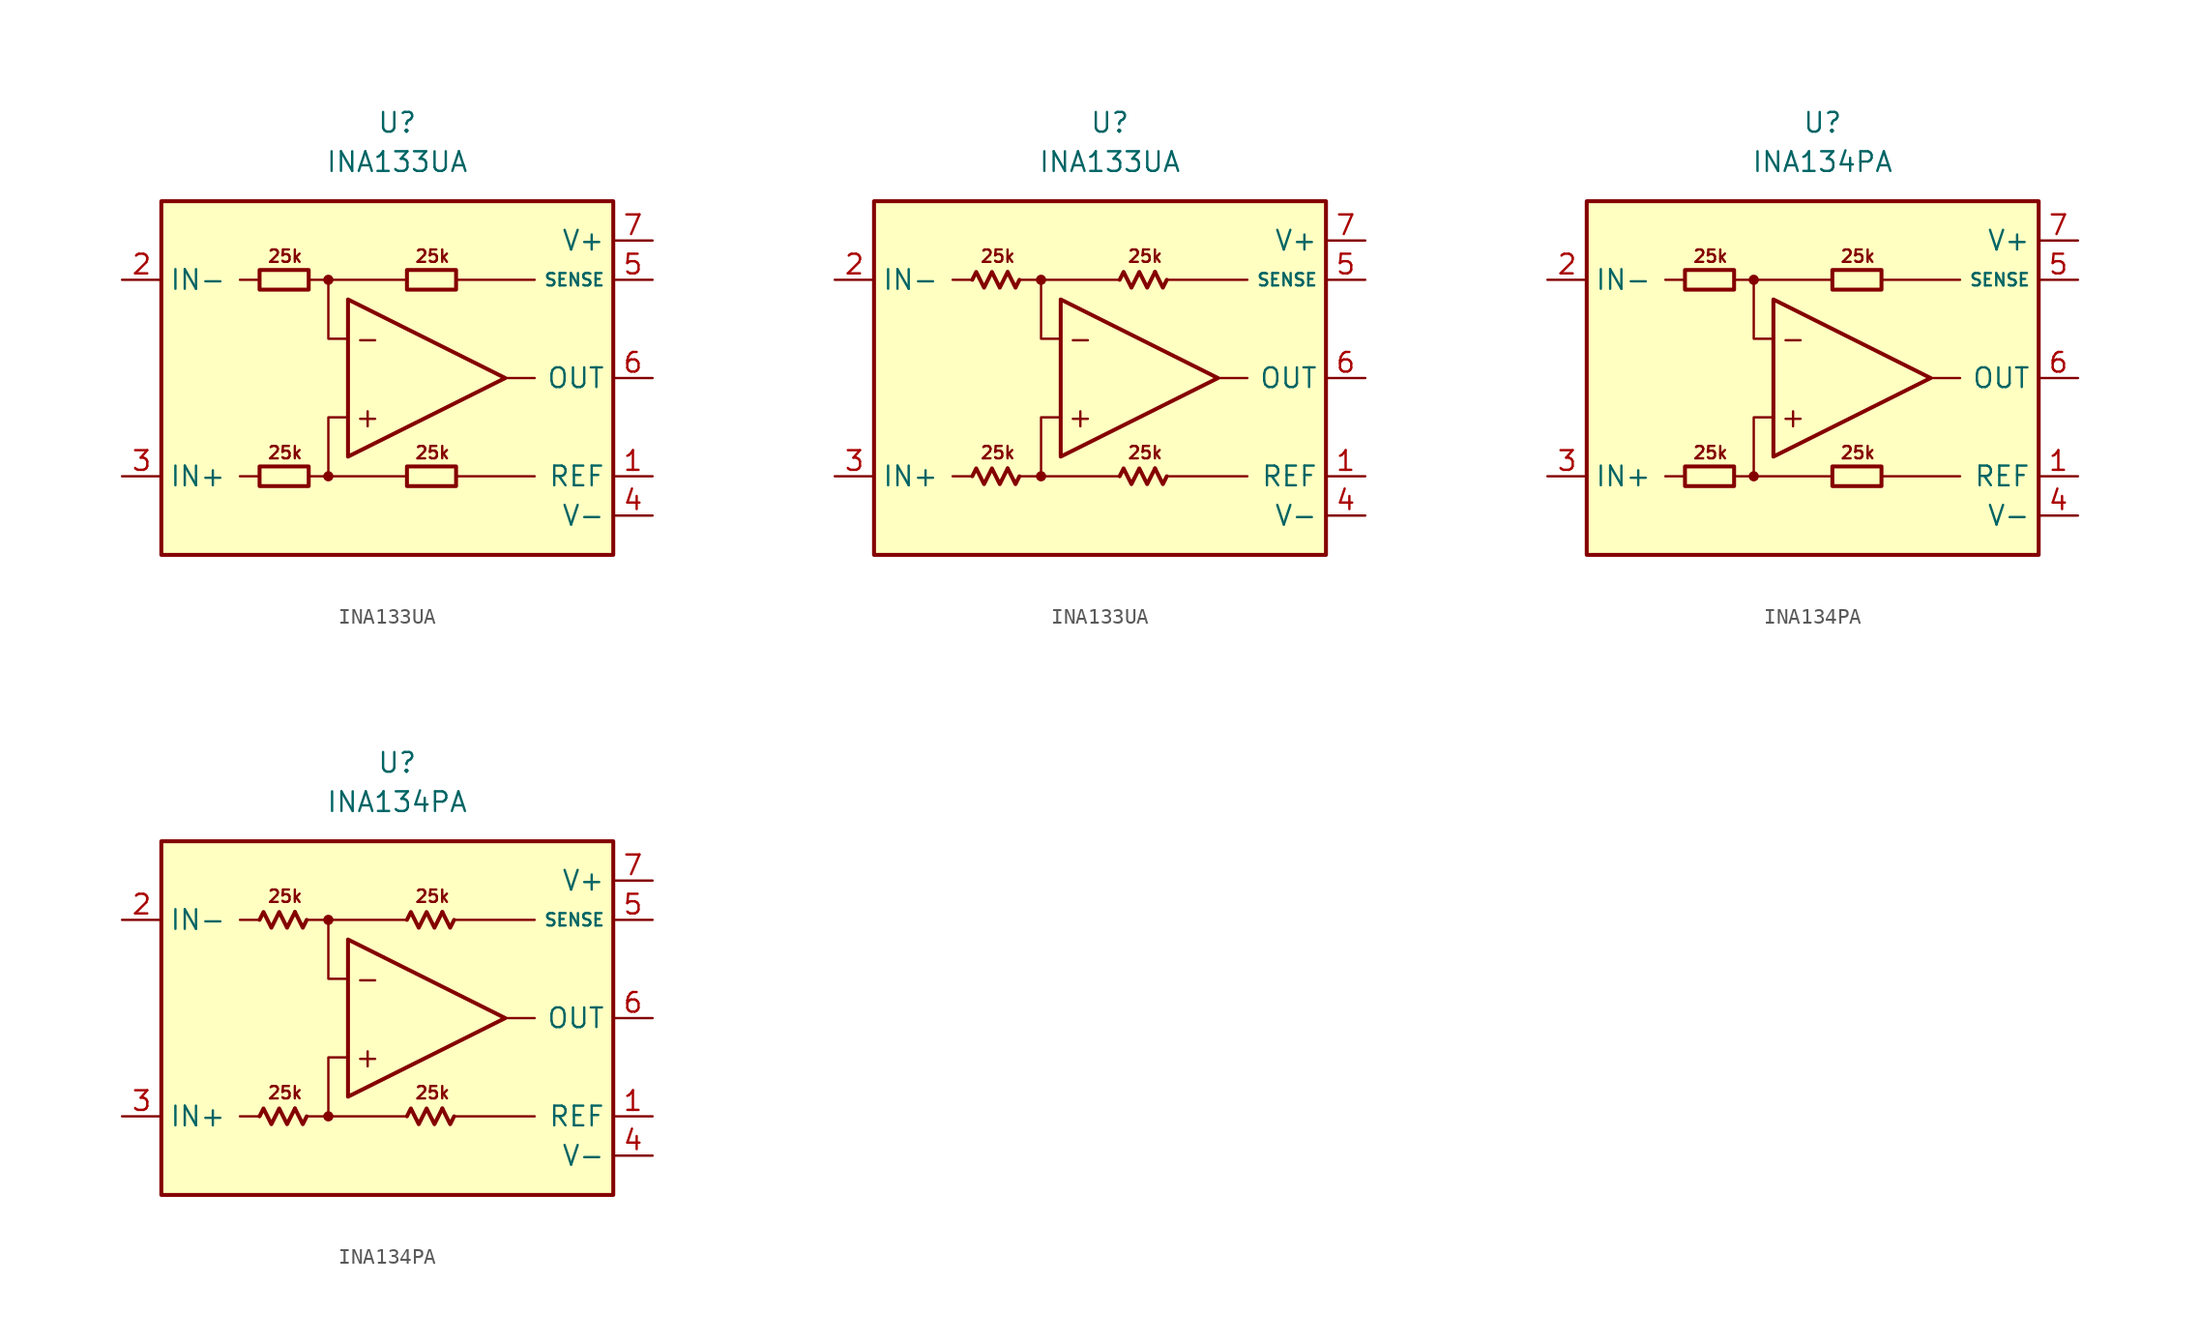
<source format=kicad_sym>
(kicad_symbol_lib
  (version 20231120)
  (generator "kicad_symbol_editor")
  (generator_version "8.0")
  (symbol "INA133UA"
    (property "Reference" "U"
      (at 0 16.51 0)
      (effects (font (size 1.27 1.27))))
    (property "Value" "INA133UA"
      (at 0 13.97 0)
      (effects (font (size 1.27 1.27))))
    (symbol "INA133UA_0_0"
      (rectangle (start -15.24 11.43) (end 13.97 -11.43) (stroke (width 0.254) (type default)) (fill (type background)))
      (circle (center -4.445 -6.35) (radius 0.254) (stroke (width 0.152) (type default)) (fill (type outline)))
      (circle (center -4.445 6.35) (radius 0.254) (stroke (width 0.152) (type default)) (fill (type outline)))
      (polyline (pts (xy -8.89 -6.35) (xy -10.16 -6.35)) (stroke (width 0.152) (type default)) (fill (type none)))
      (polyline (pts (xy -8.89 6.35) (xy -10.16 6.35)) (stroke (width 0.152) (type default)) (fill (type none)))
      (polyline (pts (xy -4.445 6.35) (xy 0.635 6.35)) (stroke (width 0.152) (type default)) (fill (type none)))
      (polyline (pts (xy 0.635 -6.35) (xy -4.445 -6.35)) (stroke (width 0.152) (type default)) (fill (type none)))
      (polyline (pts (xy 3.81 -6.35) (xy 8.89 -6.35)) (stroke (width 0.152) (type default)) (fill (type none)))
      (polyline (pts (xy 3.81 6.35) (xy 8.89 6.35)) (stroke (width 0.152) (type default)) (fill (type none)))
      (polyline (pts (xy 8.89 0) (xy 6.985 0)) (stroke (width 0.152) (type default)) (fill (type none)))
      (polyline (pts (xy -5.715 -6.35) (xy -4.445 -6.35) (xy -4.445 -2.54) (xy -3.175 -2.54)) (stroke (width 0.152) (type default)) (fill (type none)))
      (polyline (pts (xy -3.175 2.54) (xy -4.445 2.54) (xy -4.445 6.35) (xy -5.715 6.35)) (stroke (width 0.152) (type default)) (fill (type none)))
      (polyline (pts (xy -3.175 5.08) (xy -3.175 -5.08) (xy 6.985 0) (xy -3.175 5.08)) (stroke (width 0.254) (type default)) (fill (type none)))
      (text "+" (at -1.905 -2.54 0) (effects (font (size 1.27 1.27))))
      (text "-" (at -1.905 2.54 0) (effects (font (size 1.27 1.27))))
      (text "25k" (at -7.239 -4.826 0) (effects (font (size 0.8 0.8))))
      (text "25k" (at -7.239 7.874 0) (effects (font (size 0.8 0.8))))
      (text "25k" (at 2.286 -4.826 0) (effects (font (size 0.8 0.8))))
      (text "25k" (at 2.286 7.874 0) (effects (font (size 0.8 0.8)))))
    (symbol "INA133UA_0_1"
      (rectangle (start -8.89 -5.715) (end -5.715 -6.985) (stroke (width 0.254) (type default)) (fill (type none)))
      (rectangle (start -8.89 6.985) (end -5.715 5.715) (stroke (width 0.254) (type default)) (fill (type none)))
      (rectangle (start 0.635 -5.715) (end 3.81 -6.985) (stroke (width 0.254) (type default)) (fill (type none)))
      (rectangle (start 0.635 6.985) (end 3.81 5.715) (stroke (width 0.254) (type default)) (fill (type none))))
    (symbol "INA133UA_0_2"
      (polyline (pts (xy -6.604 -5.842) (xy -6.096 -6.858) (xy -5.842 -6.35)) (stroke (width 0.254) (type default)) (fill (type none)))
      (polyline (pts (xy -6.604 6.858) (xy -6.096 5.842) (xy -5.842 6.35)) (stroke (width 0.254) (type default)) (fill (type none)))
      (polyline (pts (xy 2.921 -5.842) (xy 3.429 -6.858) (xy 3.683 -6.35)) (stroke (width 0.254) (type default)) (fill (type none)))
      (polyline (pts (xy 2.921 6.858) (xy 3.429 5.842) (xy 3.683 6.35)) (stroke (width 0.254) (type default)) (fill (type none)))
      (polyline (pts (xy -8.89 -6.35) (xy -8.636 -5.842) (xy -8.128 -6.858) (xy -7.62 -5.842) (xy -7.112 -6.858) (xy -6.604 -5.842)) (stroke (width 0.254) (type default)) (fill (type none)))
      (polyline (pts (xy -8.89 6.35) (xy -8.636 6.858) (xy -8.128 5.842) (xy -7.62 6.858) (xy -7.112 5.842) (xy -6.604 6.858)) (stroke (width 0.254) (type default)) (fill (type none)))
      (polyline (pts (xy 0.635 -6.35) (xy 0.889 -5.842) (xy 1.397 -6.858) (xy 1.905 -5.842) (xy 2.413 -6.858) (xy 2.921 -5.842)) (stroke (width 0.254) (type default)) (fill (type none)))
      (polyline (pts (xy 0.635 6.35) (xy 0.889 6.858) (xy 1.397 5.842) (xy 1.905 6.858) (xy 2.413 5.842) (xy 2.921 6.858)) (stroke (width 0.254) (type default)) (fill (type none))))
    (symbol "INA133UA_1_1"
      (pin input line (at 16.51 -6.35 180) (length 2.54) (name "REF" (effects (font (size 1.27 1.27)))) (number "1" (effects (font (size 1.27 1.27)))))
      (pin input line (at -17.78 6.35 0) (length 2.54) (name "IN-" (effects (font (size 1.27 1.27)))) (number "2" (effects (font (size 1.27 1.27)))))
      (pin input line (at -17.78 -6.35 0) (length 2.54) (name "IN+" (effects (font (size 1.27 1.27)))) (number "3" (effects (font (size 1.27 1.27)))))
      (pin power_in line (at 16.51 -8.89 180) (length 2.54) (name "V-" (effects (font (size 1.27 1.27)))) (number "4" (effects (font (size 1.27 1.27)))))
      (pin input line (at 16.51 6.35 180) (length 2.54) (name "SENSE" (effects (font (size 0.8 0.8)))) (number "5" (effects (font (size 1.27 1.27)))))
      (pin output line (at 16.51 0 180) (length 2.54) (name "OUT" (effects (font (size 1.27 1.27)))) (number "6" (effects (font (size 1.27 1.27)))))
      (pin power_in line (at 16.51 8.89 180) (length 2.54) (name "V+" (effects (font (size 1.27 1.27)))) (number "7" (effects (font (size 1.27 1.27)))))
      (pin free line (at -10.16 0 0) (length 2.54) hide (name "NC" (effects (font (size 1.27 1.27)))) (number "8" (effects (font (size 1.27 1.27))))))
    (symbol "INA133UA_1_2"
      (pin input line (at 16.51 -6.35 180) (length 2.54) (name "REF" (effects (font (size 1.27 1.27)))) (number "1" (effects (font (size 1.27 1.27)))))
      (pin input line (at -17.78 6.35 0) (length 2.54) (name "IN-" (effects (font (size 1.27 1.27)))) (number "2" (effects (font (size 1.27 1.27)))))
      (pin input line (at -17.78 -6.35 0) (length 2.54) (name "IN+" (effects (font (size 1.27 1.27)))) (number "3" (effects (font (size 1.27 1.27)))))
      (pin power_in line (at 16.51 -8.89 180) (length 2.54) (name "V-" (effects (font (size 1.27 1.27)))) (number "4" (effects (font (size 1.27 1.27)))))
      (pin input line (at 16.51 6.35 180) (length 2.54) (name "SENSE" (effects (font (size 0.8 0.8)))) (number "5" (effects (font (size 1.27 1.27)))))
      (pin output line (at 16.51 0 180) (length 2.54) (name "OUT" (effects (font (size 1.27 1.27)))) (number "6" (effects (font (size 1.27 1.27)))))
      (pin power_in line (at 16.51 8.89 180) (length 2.54) (name "V+" (effects (font (size 1.27 1.27)))) (number "7" (effects (font (size 1.27 1.27)))))
      (pin free line (at -10.16 0 0) (length 2.54) hide (name "NC" (effects (font (size 1.27 1.27)))) (number "8" (effects (font (size 1.27 1.27)))))))
  (symbol "INA134PA"
    (property "Reference" "U"
      (at 0 16.51 0)
      (effects (font (size 1.27 1.27))))
    (property "Value" "INA134PA"
      (at 0 13.97 0)
      (effects (font (size 1.27 1.27))))
    (symbol "INA134PA_0_0"
      (rectangle (start -15.24 11.43) (end 13.97 -11.43) (stroke (width 0.254) (type default)) (fill (type background)))
      (circle (center -4.445 -6.35) (radius 0.254) (stroke (width 0.152) (type default)) (fill (type outline)))
      (circle (center -4.445 6.35) (radius 0.254) (stroke (width 0.152) (type default)) (fill (type outline)))
      (polyline (pts (xy -8.89 -6.35) (xy -10.16 -6.35)) (stroke (width 0.152) (type default)) (fill (type none)))
      (polyline (pts (xy -8.89 6.35) (xy -10.16 6.35)) (stroke (width 0.152) (type default)) (fill (type none)))
      (polyline (pts (xy -4.445 6.35) (xy 0.635 6.35)) (stroke (width 0.152) (type default)) (fill (type none)))
      (polyline (pts (xy 0.635 -6.35) (xy -4.445 -6.35)) (stroke (width 0.152) (type default)) (fill (type none)))
      (polyline (pts (xy 3.81 -6.35) (xy 8.89 -6.35)) (stroke (width 0.152) (type default)) (fill (type none)))
      (polyline (pts (xy 3.81 6.35) (xy 8.89 6.35)) (stroke (width 0.152) (type default)) (fill (type none)))
      (polyline (pts (xy 8.89 0) (xy 6.985 0)) (stroke (width 0.152) (type default)) (fill (type none)))
      (polyline (pts (xy -5.715 -6.35) (xy -4.445 -6.35) (xy -4.445 -2.54) (xy -3.175 -2.54)) (stroke (width 0.152) (type default)) (fill (type none)))
      (polyline (pts (xy -3.175 2.54) (xy -4.445 2.54) (xy -4.445 6.35) (xy -5.715 6.35)) (stroke (width 0.152) (type default)) (fill (type none)))
      (polyline (pts (xy -3.175 5.08) (xy -3.175 -5.08) (xy 6.985 0) (xy -3.175 5.08)) (stroke (width 0.254) (type default)) (fill (type none)))
      (text "+" (at -1.905 -2.54 0) (effects (font (size 1.27 1.27))))
      (text "-" (at -1.905 2.54 0) (effects (font (size 1.27 1.27))))
      (text "25k" (at -7.239 -4.826 0) (effects (font (size 0.8 0.8))))
      (text "25k" (at -7.239 7.874 0) (effects (font (size 0.8 0.8))))
      (text "25k" (at 2.286 -4.826 0) (effects (font (size 0.8 0.8))))
      (text "25k" (at 2.286 7.874 0) (effects (font (size 0.8 0.8)))))
    (symbol "INA134PA_0_1"
      (rectangle (start -8.89 -5.715) (end -5.715 -6.985) (stroke (width 0.254) (type default)) (fill (type none)))
      (rectangle (start -8.89 6.985) (end -5.715 5.715) (stroke (width 0.254) (type default)) (fill (type none)))
      (rectangle (start 0.635 -5.715) (end 3.81 -6.985) (stroke (width 0.254) (type default)) (fill (type none)))
      (rectangle (start 0.635 6.985) (end 3.81 5.715) (stroke (width 0.254) (type default)) (fill (type none))))
    (symbol "INA134PA_0_2"
      (polyline (pts (xy -6.604 -5.842) (xy -6.096 -6.858) (xy -5.842 -6.35)) (stroke (width 0.254) (type default)) (fill (type none)))
      (polyline (pts (xy -6.604 6.858) (xy -6.096 5.842) (xy -5.842 6.35)) (stroke (width 0.254) (type default)) (fill (type none)))
      (polyline (pts (xy 2.921 -5.842) (xy 3.429 -6.858) (xy 3.683 -6.35)) (stroke (width 0.254) (type default)) (fill (type none)))
      (polyline (pts (xy 2.921 6.858) (xy 3.429 5.842) (xy 3.683 6.35)) (stroke (width 0.254) (type default)) (fill (type none)))
      (polyline (pts (xy -8.89 -6.35) (xy -8.636 -5.842) (xy -8.128 -6.858) (xy -7.62 -5.842) (xy -7.112 -6.858) (xy -6.604 -5.842)) (stroke (width 0.254) (type default)) (fill (type none)))
      (polyline (pts (xy -8.89 6.35) (xy -8.636 6.858) (xy -8.128 5.842) (xy -7.62 6.858) (xy -7.112 5.842) (xy -6.604 6.858)) (stroke (width 0.254) (type default)) (fill (type none)))
      (polyline (pts (xy 0.635 -6.35) (xy 0.889 -5.842) (xy 1.397 -6.858) (xy 1.905 -5.842) (xy 2.413 -6.858) (xy 2.921 -5.842)) (stroke (width 0.254) (type default)) (fill (type none)))
      (polyline (pts (xy 0.635 6.35) (xy 0.889 6.858) (xy 1.397 5.842) (xy 1.905 6.858) (xy 2.413 5.842) (xy 2.921 6.858)) (stroke (width 0.254) (type default)) (fill (type none))))
    (symbol "INA134PA_1_1"
      (pin input line (at 16.51 -6.35 180) (length 2.54) (name "REF" (effects (font (size 1.27 1.27)))) (number "1" (effects (font (size 1.27 1.27)))))
      (pin input line (at -17.78 6.35 0) (length 2.54) (name "IN-" (effects (font (size 1.27 1.27)))) (number "2" (effects (font (size 1.27 1.27)))))
      (pin input line (at -17.78 -6.35 0) (length 2.54) (name "IN+" (effects (font (size 1.27 1.27)))) (number "3" (effects (font (size 1.27 1.27)))))
      (pin power_in line (at 16.51 -8.89 180) (length 2.54) (name "V-" (effects (font (size 1.27 1.27)))) (number "4" (effects (font (size 1.27 1.27)))))
      (pin input line (at 16.51 6.35 180) (length 2.54) (name "SENSE" (effects (font (size 0.8 0.8)))) (number "5" (effects (font (size 1.27 1.27)))))
      (pin output line (at 16.51 0 180) (length 2.54) (name "OUT" (effects (font (size 1.27 1.27)))) (number "6" (effects (font (size 1.27 1.27)))))
      (pin power_in line (at 16.51 8.89 180) (length 2.54) (name "V+" (effects (font (size 1.27 1.27)))) (number "7" (effects (font (size 1.27 1.27)))))
      (pin free line (at -10.16 0 0) (length 2.54) hide (name "NC" (effects (font (size 1.27 1.27)))) (number "8" (effects (font (size 1.27 1.27))))))
    (symbol "INA134PA_1_2"
      (pin input line (at 16.51 -6.35 180) (length 2.54) (name "REF" (effects (font (size 1.27 1.27)))) (number "1" (effects (font (size 1.27 1.27)))))
      (pin input line (at -17.78 6.35 0) (length 2.54) (name "IN-" (effects (font (size 1.27 1.27)))) (number "2" (effects (font (size 1.27 1.27)))))
      (pin input line (at -17.78 -6.35 0) (length 2.54) (name "IN+" (effects (font (size 1.27 1.27)))) (number "3" (effects (font (size 1.27 1.27)))))
      (pin power_in line (at 16.51 -8.89 180) (length 2.54) (name "V-" (effects (font (size 1.27 1.27)))) (number "4" (effects (font (size 1.27 1.27)))))
      (pin input line (at 16.51 6.35 180) (length 2.54) (name "SENSE" (effects (font (size 0.8 0.8)))) (number "5" (effects (font (size 1.27 1.27)))))
      (pin output line (at 16.51 0 180) (length 2.54) (name "OUT" (effects (font (size 1.27 1.27)))) (number "6" (effects (font (size 1.27 1.27)))))
      (pin power_in line (at 16.51 8.89 180) (length 2.54) (name "V+" (effects (font (size 1.27 1.27)))) (number "7" (effects (font (size 1.27 1.27)))))
      (pin free line (at -10.16 0 0) (length 2.54) hide (name "NC" (effects (font (size 1.27 1.27)))) (number "8" (effects (font (size 1.27 1.27))))))))
</source>
